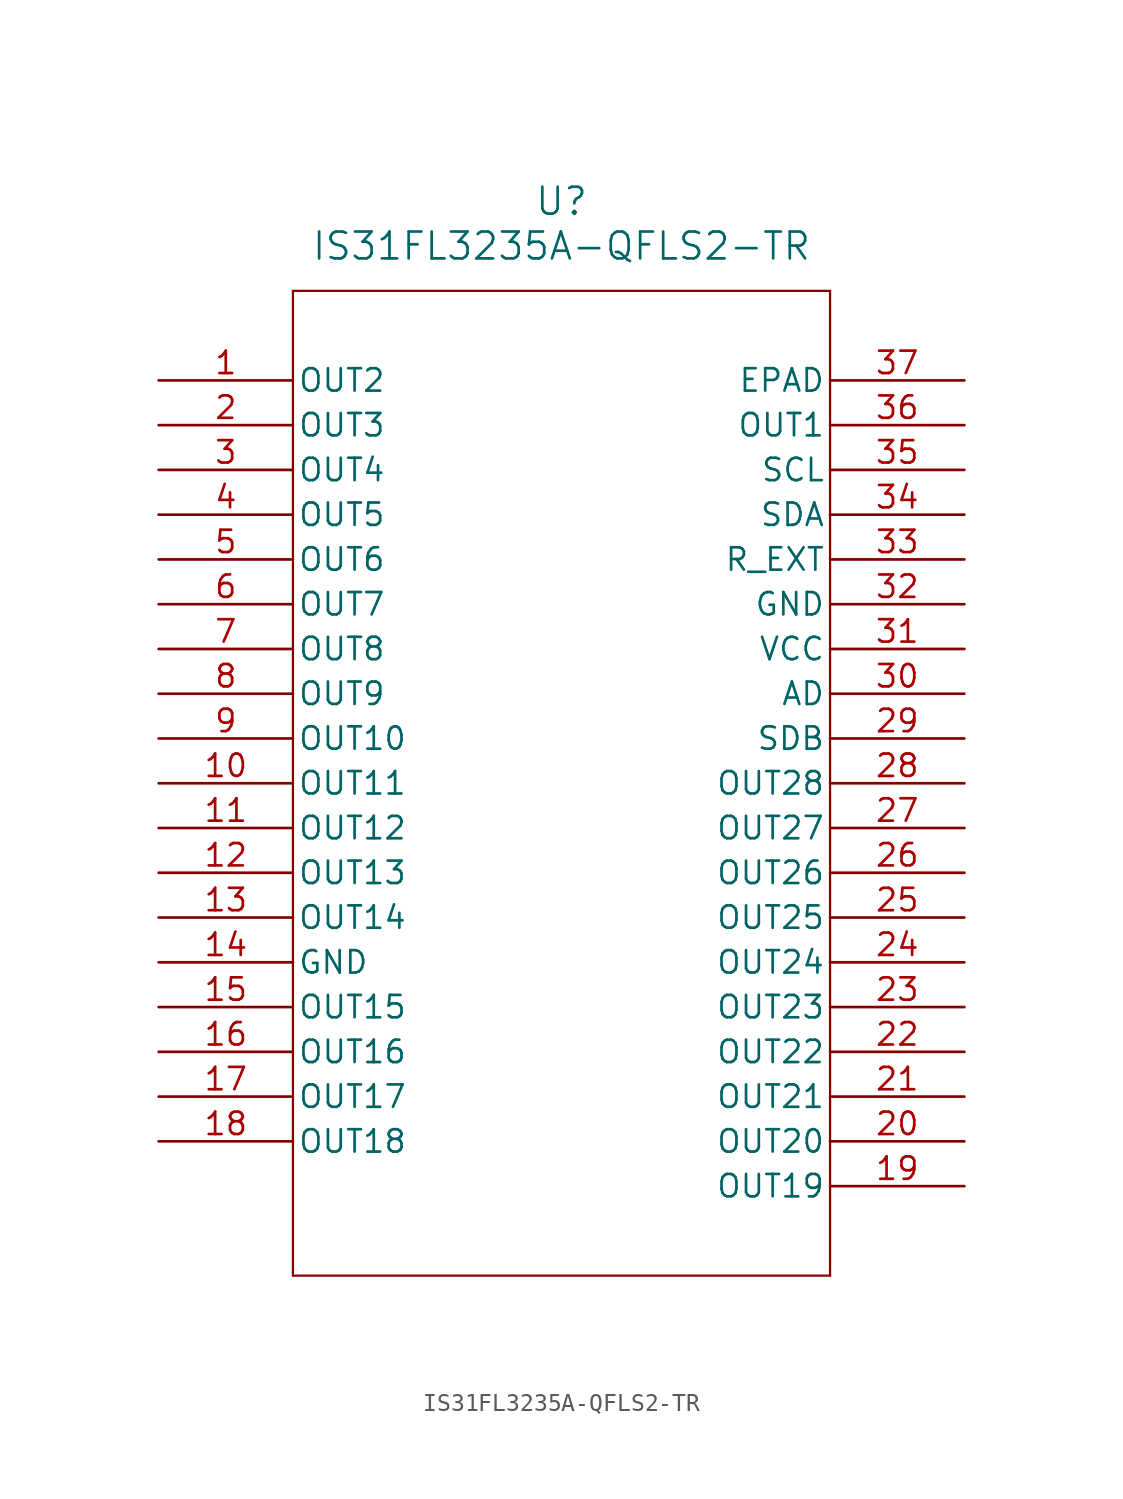
<source format=kicad_sym>
(kicad_symbol_lib
  (version 20211014)
  (generator kicad_symbol_editor)
  (symbol "IS31FL3235A-QFLS2-TR"
    (pin_names
      (offset 0.254))
    (property "Reference" "U"
      (at 22.86 10.16 0)
      (effects (font (size 1.524 1.524))))
    (property "Value" "IS31FL3235A-QFLS2-TR"
      (at 22.86 7.62 0)
      (effects (font (size 1.524 1.524))))
    (symbol "IS31FL3235A-QFLS2-TR_0_1"
      (polyline (pts (xy 7.62 5.08) (xy 7.62 -50.8)) (stroke (width 0.127) (type default) (color 0 0 0 0)) (fill (type none)))
      (polyline (pts (xy 7.62 -50.8) (xy 38.1 -50.8)) (stroke (width 0.127) (type default) (color 0 0 0 0)) (fill (type none)))
      (polyline (pts (xy 38.1 -50.8) (xy 38.1 5.08)) (stroke (width 0.127) (type default) (color 0 0 0 0)) (fill (type none)))
      (polyline (pts (xy 38.1 5.08) (xy 7.62 5.08)) (stroke (width 0.127) (type default) (color 0 0 0 0)) (fill (type none)))
      (pin output line (at 0 0 0) (length 7.62) (name "OUT2" (effects (font (size 1.27 1.27)))) (number "1" (effects (font (size 1.27 1.27)))))
      (pin output line (at 0 -2.54 0) (length 7.62) (name "OUT3" (effects (font (size 1.27 1.27)))) (number "2" (effects (font (size 1.27 1.27)))))
      (pin output line (at 0 -5.08 0) (length 7.62) (name "OUT4" (effects (font (size 1.27 1.27)))) (number "3" (effects (font (size 1.27 1.27)))))
      (pin output line (at 0 -7.62 0) (length 7.62) (name "OUT5" (effects (font (size 1.27 1.27)))) (number "4" (effects (font (size 1.27 1.27)))))
      (pin output line (at 0 -10.16 0) (length 7.62) (name "OUT6" (effects (font (size 1.27 1.27)))) (number "5" (effects (font (size 1.27 1.27)))))
      (pin output line (at 0 -12.7 0) (length 7.62) (name "OUT7" (effects (font (size 1.27 1.27)))) (number "6" (effects (font (size 1.27 1.27)))))
      (pin output line (at 0 -15.24 0) (length 7.62) (name "OUT8" (effects (font (size 1.27 1.27)))) (number "7" (effects (font (size 1.27 1.27)))))
      (pin output line (at 0 -17.78 0) (length 7.62) (name "OUT9" (effects (font (size 1.27 1.27)))) (number "8" (effects (font (size 1.27 1.27)))))
      (pin output line (at 0 -20.32 0) (length 7.62) (name "OUT10" (effects (font (size 1.27 1.27)))) (number "9" (effects (font (size 1.27 1.27)))))
      (pin output line (at 0 -22.86 0) (length 7.62) (name "OUT11" (effects (font (size 1.27 1.27)))) (number "10" (effects (font (size 1.27 1.27)))))
      (pin output line (at 0 -25.4 0) (length 7.62) (name "OUT12" (effects (font (size 1.27 1.27)))) (number "11" (effects (font (size 1.27 1.27)))))
      (pin output line (at 0 -27.94 0) (length 7.62) (name "OUT13" (effects (font (size 1.27 1.27)))) (number "12" (effects (font (size 1.27 1.27)))))
      (pin output line (at 0 -30.48 0) (length 7.62) (name "OUT14" (effects (font (size 1.27 1.27)))) (number "13" (effects (font (size 1.27 1.27)))))
      (pin power_out line (at 0 -33.02 0) (length 7.62) (name "GND" (effects (font (size 1.27 1.27)))) (number "14" (effects (font (size 1.27 1.27)))))
      (pin output line (at 0 -35.56 0) (length 7.62) (name "OUT15" (effects (font (size 1.27 1.27)))) (number "15" (effects (font (size 1.27 1.27)))))
      (pin output line (at 0 -38.1 0) (length 7.62) (name "OUT16" (effects (font (size 1.27 1.27)))) (number "16" (effects (font (size 1.27 1.27)))))
      (pin output line (at 0 -40.64 0) (length 7.62) (name "OUT17" (effects (font (size 1.27 1.27)))) (number "17" (effects (font (size 1.27 1.27)))))
      (pin output line (at 0 -43.18 0) (length 7.62) (name "OUT18" (effects (font (size 1.27 1.27)))) (number "18" (effects (font (size 1.27 1.27)))))
      (pin output line (at 45.72 -45.72 180) (length 7.62) (name "OUT19" (effects (font (size 1.27 1.27)))) (number "19" (effects (font (size 1.27 1.27)))))
      (pin output line (at 45.72 -43.18 180) (length 7.62) (name "OUT20" (effects (font (size 1.27 1.27)))) (number "20" (effects (font (size 1.27 1.27)))))
      (pin output line (at 45.72 -40.64 180) (length 7.62) (name "OUT21" (effects (font (size 1.27 1.27)))) (number "21" (effects (font (size 1.27 1.27)))))
      (pin output line (at 45.72 -38.1 180) (length 7.62) (name "OUT22" (effects (font (size 1.27 1.27)))) (number "22" (effects (font (size 1.27 1.27)))))
      (pin output line (at 45.72 -35.56 180) (length 7.62) (name "OUT23" (effects (font (size 1.27 1.27)))) (number "23" (effects (font (size 1.27 1.27)))))
      (pin output line (at 45.72 -33.02 180) (length 7.62) (name "OUT24" (effects (font (size 1.27 1.27)))) (number "24" (effects (font (size 1.27 1.27)))))
      (pin output line (at 45.72 -30.48 180) (length 7.62) (name "OUT25" (effects (font (size 1.27 1.27)))) (number "25" (effects (font (size 1.27 1.27)))))
      (pin output line (at 45.72 -27.94 180) (length 7.62) (name "OUT26" (effects (font (size 1.27 1.27)))) (number "26" (effects (font (size 1.27 1.27)))))
      (pin output line (at 45.72 -25.4 180) (length 7.62) (name "OUT27" (effects (font (size 1.27 1.27)))) (number "27" (effects (font (size 1.27 1.27)))))
      (pin output line (at 45.72 -22.86 180) (length 7.62) (name "OUT28" (effects (font (size 1.27 1.27)))) (number "28" (effects (font (size 1.27 1.27)))))
      (pin unspecified line (at 45.72 -20.32 180) (length 7.62) (name "SDB" (effects (font (size 1.27 1.27)))) (number "29" (effects (font (size 1.27 1.27)))))
      (pin unspecified line (at 45.72 -17.78 180) (length 7.62) (name "AD" (effects (font (size 1.27 1.27)))) (number "30" (effects (font (size 1.27 1.27)))))
      (pin power_in line (at 45.72 -15.24 180) (length 7.62) (name "VCC" (effects (font (size 1.27 1.27)))) (number "31" (effects (font (size 1.27 1.27)))))
      (pin power_out line (at 45.72 -12.7 180) (length 7.62) (name "GND" (effects (font (size 1.27 1.27)))) (number "32" (effects (font (size 1.27 1.27)))))
      (pin unspecified line (at 45.72 -10.16 180) (length 7.62) (name "R_EXT" (effects (font (size 1.27 1.27)))) (number "33" (effects (font (size 1.27 1.27)))))
      (pin unspecified line (at 45.72 -7.62 180) (length 7.62) (name "SDA" (effects (font (size 1.27 1.27)))) (number "34" (effects (font (size 1.27 1.27)))))
      (pin unspecified line (at 45.72 -5.08 180) (length 7.62) (name "SCL" (effects (font (size 1.27 1.27)))) (number "35" (effects (font (size 1.27 1.27)))))
      (pin output line (at 45.72 -2.54 180) (length 7.62) (name "OUT1" (effects (font (size 1.27 1.27)))) (number "36" (effects (font (size 1.27 1.27)))))
      (pin power_out line (at 45.72 0 180) (length 7.62) (name "EPAD" (effects (font (size 1.27 1.27)))) (number "37" (effects (font (size 1.27 1.27))))))))
</source>
